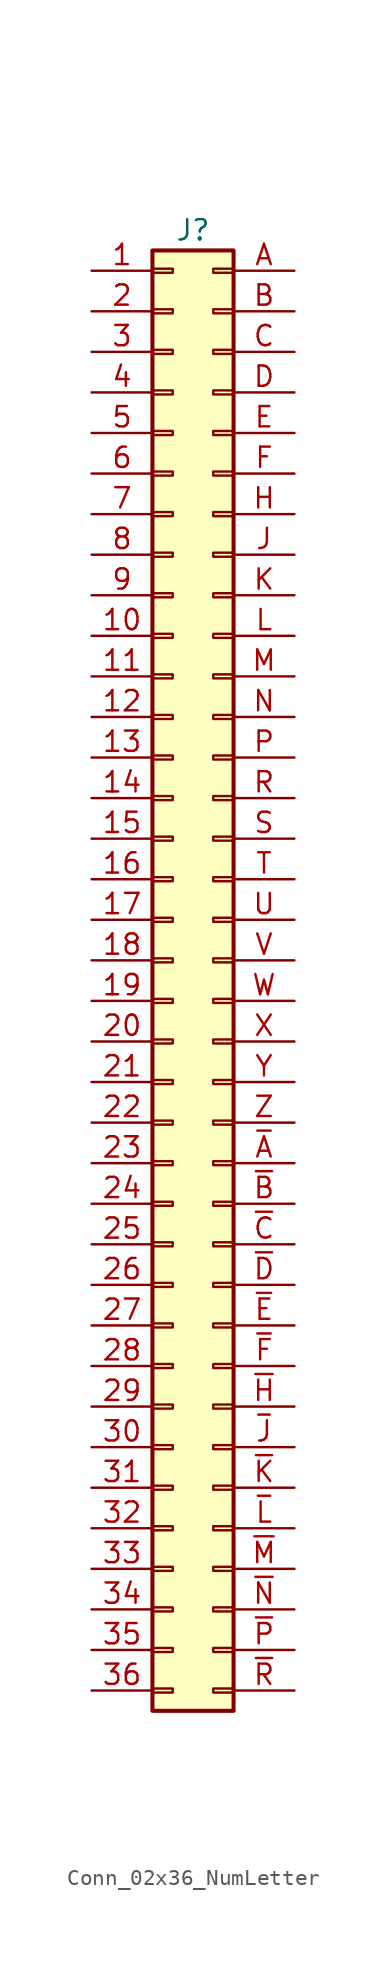
<source format=kicad_sym>
(kicad_symbol_lib
  (version 20231120)
  (generator "kicad_symbol_editor")
  (generator_version "8.0")
  (symbol "Conn_02x36_NumLetter"
    (pin_names hide)
    (property "Reference" "J"
      (at 0 0 0)
      (effects (font (size 1.27 1.27))))
    (property "Value" ""
      (at 0 0 0)
      (effects (font (size 1.27 1.27))))
    (symbol "Conn_02x36_NumLetter_1_1"
      (rectangle (start -2.54 -91.313) (end -1.27 -91.567) (stroke (width 0.152) (type default)) (fill (type none)))
      (rectangle (start -2.54 -88.773) (end -1.27 -89.027) (stroke (width 0.152) (type default)) (fill (type none)))
      (rectangle (start -2.54 -86.233) (end -1.27 -86.487) (stroke (width 0.152) (type default)) (fill (type none)))
      (rectangle (start -2.54 -83.693) (end -1.27 -83.947) (stroke (width 0.152) (type default)) (fill (type none)))
      (rectangle (start -2.54 -81.153) (end -1.27 -81.407) (stroke (width 0.152) (type default)) (fill (type none)))
      (rectangle (start -2.54 -78.613) (end -1.27 -78.867) (stroke (width 0.152) (type default)) (fill (type none)))
      (rectangle (start -2.54 -76.073) (end -1.27 -76.327) (stroke (width 0.152) (type default)) (fill (type none)))
      (rectangle (start -2.54 -73.533) (end -1.27 -73.787) (stroke (width 0.152) (type default)) (fill (type none)))
      (rectangle (start -2.54 -70.993) (end -1.27 -71.247) (stroke (width 0.152) (type default)) (fill (type none)))
      (rectangle (start -2.54 -68.453) (end -1.27 -68.707) (stroke (width 0.152) (type default)) (fill (type none)))
      (rectangle (start -2.54 -65.913) (end -1.27 -66.167) (stroke (width 0.152) (type default)) (fill (type none)))
      (rectangle (start -2.54 -63.373) (end -1.27 -63.627) (stroke (width 0.152) (type default)) (fill (type none)))
      (rectangle (start -2.54 -60.833) (end -1.27 -61.087) (stroke (width 0.152) (type default)) (fill (type none)))
      (rectangle (start -2.54 -58.293) (end -1.27 -58.547) (stroke (width 0.152) (type default)) (fill (type none)))
      (rectangle (start -2.54 -55.753) (end -1.27 -56.007) (stroke (width 0.152) (type default)) (fill (type none)))
      (rectangle (start -2.54 -53.213) (end -1.27 -53.467) (stroke (width 0.152) (type default)) (fill (type none)))
      (rectangle (start -2.54 -50.673) (end -1.27 -50.927) (stroke (width 0.152) (type default)) (fill (type none)))
      (rectangle (start -2.54 -48.133) (end -1.27 -48.387) (stroke (width 0.152) (type default)) (fill (type none)))
      (rectangle (start -2.54 -45.593) (end -1.27 -45.847) (stroke (width 0.152) (type default)) (fill (type none)))
      (rectangle (start -2.54 -43.053) (end -1.27 -43.307) (stroke (width 0.152) (type default)) (fill (type none)))
      (rectangle (start -2.54 -40.513) (end -1.27 -40.767) (stroke (width 0.152) (type default)) (fill (type none)))
      (rectangle (start -2.54 -37.973) (end -1.27 -38.227) (stroke (width 0.152) (type default)) (fill (type none)))
      (rectangle (start -2.54 -35.433) (end -1.27 -35.687) (stroke (width 0.152) (type default)) (fill (type none)))
      (rectangle (start -2.54 -32.893) (end -1.27 -33.147) (stroke (width 0.152) (type default)) (fill (type none)))
      (rectangle (start -2.54 -30.353) (end -1.27 -30.607) (stroke (width 0.152) (type default)) (fill (type none)))
      (rectangle (start -2.54 -27.813) (end -1.27 -28.067) (stroke (width 0.152) (type default)) (fill (type none)))
      (rectangle (start -2.54 -25.273) (end -1.27 -25.527) (stroke (width 0.152) (type default)) (fill (type none)))
      (rectangle (start -2.54 -22.733) (end -1.27 -22.987) (stroke (width 0.152) (type default)) (fill (type none)))
      (rectangle (start -2.54 -20.193) (end -1.27 -20.447) (stroke (width 0.152) (type default)) (fill (type none)))
      (rectangle (start -2.54 -17.653) (end -1.27 -17.907) (stroke (width 0.152) (type default)) (fill (type none)))
      (rectangle (start -2.54 -15.113) (end -1.27 -15.367) (stroke (width 0.152) (type default)) (fill (type none)))
      (rectangle (start -2.54 -12.573) (end -1.27 -12.827) (stroke (width 0.152) (type default)) (fill (type none)))
      (rectangle (start -2.54 -10.033) (end -1.27 -10.287) (stroke (width 0.152) (type default)) (fill (type none)))
      (rectangle (start -2.54 -7.493) (end -1.27 -7.747) (stroke (width 0.152) (type default)) (fill (type none)))
      (rectangle (start -2.54 -4.953) (end -1.27 -5.207) (stroke (width 0.152) (type default)) (fill (type none)))
      (rectangle (start -2.54 -2.413) (end -1.27 -2.667) (stroke (width 0.152) (type default)) (fill (type none)))
      (rectangle (start -2.54 -1.27) (end 2.54 -92.71) (stroke (width 0.254) (type default)) (fill (type background)))
      (rectangle (start 1.27 -73.533) (end 2.54 -73.787) (stroke (width 0.152) (type default)) (fill (type none)))
      (rectangle (start 2.54 -91.313) (end 1.27 -91.567) (stroke (width 0.152) (type default)) (fill (type none)))
      (rectangle (start 2.54 -88.773) (end 1.27 -89.027) (stroke (width 0.152) (type default)) (fill (type none)))
      (rectangle (start 2.54 -86.233) (end 1.27 -86.487) (stroke (width 0.152) (type default)) (fill (type none)))
      (rectangle (start 2.54 -83.693) (end 1.27 -83.947) (stroke (width 0.152) (type default)) (fill (type none)))
      (rectangle (start 2.54 -81.153) (end 1.27 -81.407) (stroke (width 0.152) (type default)) (fill (type none)))
      (rectangle (start 2.54 -78.613) (end 1.27 -78.867) (stroke (width 0.152) (type default)) (fill (type none)))
      (rectangle (start 2.54 -76.073) (end 1.27 -76.327) (stroke (width 0.152) (type default)) (fill (type none)))
      (rectangle (start 2.54 -70.993) (end 1.27 -71.247) (stroke (width 0.152) (type default)) (fill (type none)))
      (rectangle (start 2.54 -68.453) (end 1.27 -68.707) (stroke (width 0.152) (type default)) (fill (type none)))
      (rectangle (start 2.54 -65.913) (end 1.27 -66.167) (stroke (width 0.152) (type default)) (fill (type none)))
      (rectangle (start 2.54 -63.373) (end 1.27 -63.627) (stroke (width 0.152) (type default)) (fill (type none)))
      (rectangle (start 2.54 -60.833) (end 1.27 -61.087) (stroke (width 0.152) (type default)) (fill (type none)))
      (rectangle (start 2.54 -58.293) (end 1.27 -58.547) (stroke (width 0.152) (type default)) (fill (type none)))
      (rectangle (start 2.54 -55.753) (end 1.27 -56.007) (stroke (width 0.152) (type default)) (fill (type none)))
      (rectangle (start 2.54 -53.213) (end 1.27 -53.467) (stroke (width 0.152) (type default)) (fill (type none)))
      (rectangle (start 2.54 -50.673) (end 1.27 -50.927) (stroke (width 0.152) (type default)) (fill (type none)))
      (rectangle (start 2.54 -48.133) (end 1.27 -48.387) (stroke (width 0.152) (type default)) (fill (type none)))
      (rectangle (start 2.54 -45.593) (end 1.27 -45.847) (stroke (width 0.152) (type default)) (fill (type none)))
      (rectangle (start 2.54 -43.053) (end 1.27 -43.307) (stroke (width 0.152) (type default)) (fill (type none)))
      (rectangle (start 2.54 -40.513) (end 1.27 -40.767) (stroke (width 0.152) (type default)) (fill (type none)))
      (rectangle (start 2.54 -37.973) (end 1.27 -38.227) (stroke (width 0.152) (type default)) (fill (type none)))
      (rectangle (start 2.54 -35.433) (end 1.27 -35.687) (stroke (width 0.152) (type default)) (fill (type none)))
      (rectangle (start 2.54 -32.893) (end 1.27 -33.147) (stroke (width 0.152) (type default)) (fill (type none)))
      (rectangle (start 2.54 -30.353) (end 1.27 -30.607) (stroke (width 0.152) (type default)) (fill (type none)))
      (rectangle (start 2.54 -27.813) (end 1.27 -28.067) (stroke (width 0.152) (type default)) (fill (type none)))
      (rectangle (start 2.54 -25.273) (end 1.27 -25.527) (stroke (width 0.152) (type default)) (fill (type none)))
      (rectangle (start 2.54 -22.733) (end 1.27 -22.987) (stroke (width 0.152) (type default)) (fill (type none)))
      (rectangle (start 2.54 -20.193) (end 1.27 -20.447) (stroke (width 0.152) (type default)) (fill (type none)))
      (rectangle (start 2.54 -17.653) (end 1.27 -17.907) (stroke (width 0.152) (type default)) (fill (type none)))
      (rectangle (start 2.54 -15.113) (end 1.27 -15.367) (stroke (width 0.152) (type default)) (fill (type none)))
      (rectangle (start 2.54 -12.573) (end 1.27 -12.827) (stroke (width 0.152) (type default)) (fill (type none)))
      (rectangle (start 2.54 -10.033) (end 1.27 -10.287) (stroke (width 0.152) (type default)) (fill (type none)))
      (rectangle (start 2.54 -7.493) (end 1.27 -7.747) (stroke (width 0.152) (type default)) (fill (type none)))
      (rectangle (start 2.54 -4.953) (end 1.27 -5.207) (stroke (width 0.152) (type default)) (fill (type none)))
      (rectangle (start 2.54 -2.413) (end 1.27 -2.667) (stroke (width 0.152) (type default)) (fill (type none)))
      (pin passive line (at -6.35 -2.54 0) (length 3.81) (name "Pin_1" (effects (font (size 1.27 1.27)))) (number "1" (effects (font (size 1.27 1.27)))))
      (pin passive line (at -6.35 -25.4 0) (length 3.81) (name "Pin_10" (effects (font (size 1.27 1.27)))) (number "10" (effects (font (size 1.27 1.27)))))
      (pin passive line (at -6.35 -27.94 0) (length 3.81) (name "Pin_11" (effects (font (size 1.27 1.27)))) (number "11" (effects (font (size 1.27 1.27)))))
      (pin passive line (at -6.35 -30.48 0) (length 3.81) (name "Pin_12" (effects (font (size 1.27 1.27)))) (number "12" (effects (font (size 1.27 1.27)))))
      (pin passive line (at -6.35 -33.02 0) (length 3.81) (name "Pin_13" (effects (font (size 1.27 1.27)))) (number "13" (effects (font (size 1.27 1.27)))))
      (pin passive line (at -6.35 -35.56 0) (length 3.81) (name "Pin_14" (effects (font (size 1.27 1.27)))) (number "14" (effects (font (size 1.27 1.27)))))
      (pin passive line (at -6.35 -38.1 0) (length 3.81) (name "Pin_15" (effects (font (size 1.27 1.27)))) (number "15" (effects (font (size 1.27 1.27)))))
      (pin passive line (at -6.35 -40.64 0) (length 3.81) (name "Pin_16" (effects (font (size 1.27 1.27)))) (number "16" (effects (font (size 1.27 1.27)))))
      (pin passive line (at -6.35 -43.18 0) (length 3.81) (name "Pin_17" (effects (font (size 1.27 1.27)))) (number "17" (effects (font (size 1.27 1.27)))))
      (pin passive line (at -6.35 -45.72 0) (length 3.81) (name "Pin_18" (effects (font (size 1.27 1.27)))) (number "18" (effects (font (size 1.27 1.27)))))
      (pin passive line (at -6.35 -48.26 0) (length 3.81) (name "Pin_19" (effects (font (size 1.27 1.27)))) (number "19" (effects (font (size 1.27 1.27)))))
      (pin passive line (at -6.35 -5.08 0) (length 3.81) (name "Pin_2" (effects (font (size 1.27 1.27)))) (number "2" (effects (font (size 1.27 1.27)))))
      (pin passive line (at -6.35 -50.8 0) (length 3.81) (name "Pin_20" (effects (font (size 1.27 1.27)))) (number "20" (effects (font (size 1.27 1.27)))))
      (pin passive line (at -6.35 -53.34 0) (length 3.81) (name "Pin_21" (effects (font (size 1.27 1.27)))) (number "21" (effects (font (size 1.27 1.27)))))
      (pin passive line (at -6.35 -55.88 0) (length 3.81) (name "Pin_22" (effects (font (size 1.27 1.27)))) (number "22" (effects (font (size 1.27 1.27)))))
      (pin passive line (at -6.35 -58.42 0) (length 3.81) (name "Pin_23" (effects (font (size 1.27 1.27)))) (number "23" (effects (font (size 1.27 1.27)))))
      (pin passive line (at -6.35 -60.96 0) (length 3.81) (name "Pin_24" (effects (font (size 1.27 1.27)))) (number "24" (effects (font (size 1.27 1.27)))))
      (pin passive line (at -6.35 -63.5 0) (length 3.81) (name "Pin_25" (effects (font (size 1.27 1.27)))) (number "25" (effects (font (size 1.27 1.27)))))
      (pin passive line (at -6.35 -66.04 0) (length 3.81) (name "Pin_26" (effects (font (size 1.27 1.27)))) (number "26" (effects (font (size 1.27 1.27)))))
      (pin passive line (at -6.35 -68.58 0) (length 3.81) (name "Pin_27" (effects (font (size 1.27 1.27)))) (number "27" (effects (font (size 1.27 1.27)))))
      (pin passive line (at -6.35 -71.12 0) (length 3.81) (name "Pin_28" (effects (font (size 1.27 1.27)))) (number "28" (effects (font (size 1.27 1.27)))))
      (pin passive line (at -6.35 -73.66 0) (length 3.81) (name "Pin_29" (effects (font (size 1.27 1.27)))) (number "29" (effects (font (size 1.27 1.27)))))
      (pin passive line (at -6.35 -7.62 0) (length 3.81) (name "Pin_3" (effects (font (size 1.27 1.27)))) (number "3" (effects (font (size 1.27 1.27)))))
      (pin passive line (at -6.35 -76.2 0) (length 3.81) (name "Pin_30" (effects (font (size 1.27 1.27)))) (number "30" (effects (font (size 1.27 1.27)))))
      (pin passive line (at -6.35 -78.74 0) (length 3.81) (name "Pin_31" (effects (font (size 1.27 1.27)))) (number "31" (effects (font (size 1.27 1.27)))))
      (pin passive line (at -6.35 -81.28 0) (length 3.81) (name "Pin_32" (effects (font (size 1.27 1.27)))) (number "32" (effects (font (size 1.27 1.27)))))
      (pin passive line (at -6.35 -83.82 0) (length 3.81) (name "Pin_33" (effects (font (size 1.27 1.27)))) (number "33" (effects (font (size 1.27 1.27)))))
      (pin passive line (at -6.35 -86.36 0) (length 3.81) (name "Pin_34" (effects (font (size 1.27 1.27)))) (number "34" (effects (font (size 1.27 1.27)))))
      (pin passive line (at -6.35 -88.9 0) (length 3.81) (name "Pin_35" (effects (font (size 1.27 1.27)))) (number "35" (effects (font (size 1.27 1.27)))))
      (pin passive line (at -6.35 -91.44 0) (length 3.81) (name "Pin_36" (effects (font (size 1.27 1.27)))) (number "36" (effects (font (size 1.27 1.27)))))
      (pin passive line (at -6.35 -10.16 0) (length 3.81) (name "Pin_4" (effects (font (size 1.27 1.27)))) (number "4" (effects (font (size 1.27 1.27)))))
      (pin passive line (at -6.35 -12.7 0) (length 3.81) (name "Pin_5" (effects (font (size 1.27 1.27)))) (number "5" (effects (font (size 1.27 1.27)))))
      (pin passive line (at -6.35 -15.24 0) (length 3.81) (name "Pin_6" (effects (font (size 1.27 1.27)))) (number "6" (effects (font (size 1.27 1.27)))))
      (pin passive line (at -6.35 -17.78 0) (length 3.81) (name "Pin_7" (effects (font (size 1.27 1.27)))) (number "7" (effects (font (size 1.27 1.27)))))
      (pin passive line (at -6.35 -20.32 0) (length 3.81) (name "Pin_8" (effects (font (size 1.27 1.27)))) (number "8" (effects (font (size 1.27 1.27)))))
      (pin passive line (at -6.35 -22.86 0) (length 3.81) (name "Pin_9" (effects (font (size 1.27 1.27)))) (number "9" (effects (font (size 1.27 1.27)))))
      (pin passive line (at 6.35 -2.54 180) (length 3.81) (name "Pin_A" (effects (font (size 1.27 1.27)))) (number "A" (effects (font (size 1.27 1.27)))))
      (pin passive line (at 6.35 -5.08 180) (length 3.81) (name "Pin_B" (effects (font (size 1.27 1.27)))) (number "B" (effects (font (size 1.27 1.27)))))
      (pin passive line (at 6.35 -7.62 180) (length 3.81) (name "Pin_C" (effects (font (size 1.27 1.27)))) (number "C" (effects (font (size 1.27 1.27)))))
      (pin passive line (at 6.35 -10.16 180) (length 3.81) (name "Pin_D" (effects (font (size 1.27 1.27)))) (number "D" (effects (font (size 1.27 1.27)))))
      (pin passive line (at 6.35 -12.7 180) (length 3.81) (name "Pin_E" (effects (font (size 1.27 1.27)))) (number "E" (effects (font (size 1.27 1.27)))))
      (pin passive line (at 6.35 -15.24 180) (length 3.81) (name "Pin_F" (effects (font (size 1.27 1.27)))) (number "F" (effects (font (size 1.27 1.27)))))
      (pin passive line (at 6.35 -17.78 180) (length 3.81) (name "Pin_H" (effects (font (size 1.27 1.27)))) (number "H" (effects (font (size 1.27 1.27)))))
      (pin passive line (at 6.35 -20.32 180) (length 3.81) (name "Pin_J" (effects (font (size 1.27 1.27)))) (number "J" (effects (font (size 1.27 1.27)))))
      (pin passive line (at 6.35 -22.86 180) (length 3.81) (name "Pin_K" (effects (font (size 1.27 1.27)))) (number "K" (effects (font (size 1.27 1.27)))))
      (pin passive line (at 6.35 -25.4 180) (length 3.81) (name "Pin_L" (effects (font (size 1.27 1.27)))) (number "L" (effects (font (size 1.27 1.27)))))
      (pin passive line (at 6.35 -27.94 180) (length 3.81) (name "Pin_M" (effects (font (size 1.27 1.27)))) (number "M" (effects (font (size 1.27 1.27)))))
      (pin passive line (at 6.35 -30.48 180) (length 3.81) (name "Pin_N" (effects (font (size 1.27 1.27)))) (number "N" (effects (font (size 1.27 1.27)))))
      (pin passive line (at 6.35 -33.02 180) (length 3.81) (name "Pin_P" (effects (font (size 1.27 1.27)))) (number "P" (effects (font (size 1.27 1.27)))))
      (pin passive line (at 6.35 -35.56 180) (length 3.81) (name "Pin_R" (effects (font (size 1.27 1.27)))) (number "R" (effects (font (size 1.27 1.27)))))
      (pin passive line (at 6.35 -38.1 180) (length 3.81) (name "Pin_S" (effects (font (size 1.27 1.27)))) (number "S" (effects (font (size 1.27 1.27)))))
      (pin passive line (at 6.35 -40.64 180) (length 3.81) (name "Pin_T" (effects (font (size 1.27 1.27)))) (number "T" (effects (font (size 1.27 1.27)))))
      (pin passive line (at 6.35 -43.18 180) (length 3.81) (name "Pin_U" (effects (font (size 1.27 1.27)))) (number "U" (effects (font (size 1.27 1.27)))))
      (pin passive line (at 6.35 -45.72 180) (length 3.81) (name "Pin_V" (effects (font (size 1.27 1.27)))) (number "V" (effects (font (size 1.27 1.27)))))
      (pin passive line (at 6.35 -48.26 180) (length 3.81) (name "Pin_W" (effects (font (size 1.27 1.27)))) (number "W" (effects (font (size 1.27 1.27)))))
      (pin passive line (at 6.35 -50.8 180) (length 3.81) (name "Pin_X" (effects (font (size 1.27 1.27)))) (number "X" (effects (font (size 1.27 1.27)))))
      (pin passive line (at 6.35 -53.34 180) (length 3.81) (name "Pin_Y" (effects (font (size 1.27 1.27)))) (number "Y" (effects (font (size 1.27 1.27)))))
      (pin passive line (at 6.35 -55.88 180) (length 3.81) (name "Pin_Z" (effects (font (size 1.27 1.27)))) (number "Z" (effects (font (size 1.27 1.27)))))
      (pin passive line (at 6.35 -58.42 180) (length 3.81) (name "Pin_~{A}" (effects (font (size 1.27 1.27)))) (number "~{A}" (effects (font (size 1.27 1.27)))))
      (pin passive line (at 6.35 -60.96 180) (length 3.81) (name "Pin_~{B}" (effects (font (size 1.27 1.27)))) (number "~{B}" (effects (font (size 1.27 1.27)))))
      (pin passive line (at 6.35 -63.5 180) (length 3.81) (name "Pin_~{C}" (effects (font (size 1.27 1.27)))) (number "~{C}" (effects (font (size 1.27 1.27)))))
      (pin passive line (at 6.35 -66.04 180) (length 3.81) (name "Pin_~{D}" (effects (font (size 1.27 1.27)))) (number "~{D}" (effects (font (size 1.27 1.27)))))
      (pin passive line (at 6.35 -68.58 180) (length 3.81) (name "Pin_~{E}" (effects (font (size 1.27 1.27)))) (number "~{E}" (effects (font (size 1.27 1.27)))))
      (pin passive line (at 6.35 -71.12 180) (length 3.81) (name "Pin_~{F}" (effects (font (size 1.27 1.27)))) (number "~{F}" (effects (font (size 1.27 1.27)))))
      (pin passive line (at 6.35 -73.66 180) (length 3.81) (name "Pin_~{H}" (effects (font (size 1.27 1.27)))) (number "~{H}" (effects (font (size 1.27 1.27)))))
      (pin passive line (at 6.35 -76.2 180) (length 3.81) (name "Pin_~{J}" (effects (font (size 1.27 1.27)))) (number "~{J}" (effects (font (size 1.27 1.27)))))
      (pin passive line (at 6.35 -78.74 180) (length 3.81) (name "Pin_~{K}" (effects (font (size 1.27 1.27)))) (number "~{K}" (effects (font (size 1.27 1.27)))))
      (pin passive line (at 6.35 -81.28 180) (length 3.81) (name "Pin_~{L}" (effects (font (size 1.27 1.27)))) (number "~{L}" (effects (font (size 1.27 1.27)))))
      (pin passive line (at 6.35 -83.82 180) (length 3.81) (name "Pin_~{M}" (effects (font (size 1.27 1.27)))) (number "~{M}" (effects (font (size 1.27 1.27)))))
      (pin passive line (at 6.35 -86.36 180) (length 3.81) (name "Pin_~{N}" (effects (font (size 1.27 1.27)))) (number "~{N}" (effects (font (size 1.27 1.27)))))
      (pin passive line (at 6.35 -88.9 180) (length 3.81) (name "Pin_~{P}" (effects (font (size 1.27 1.27)))) (number "~{P}" (effects (font (size 1.27 1.27)))))
      (pin passive line (at 6.35 -91.44 180) (length 3.81) (name "Pin_~{R}" (effects (font (size 1.27 1.27)))) (number "~{R}" (effects (font (size 1.27 1.27))))))))
</source>
